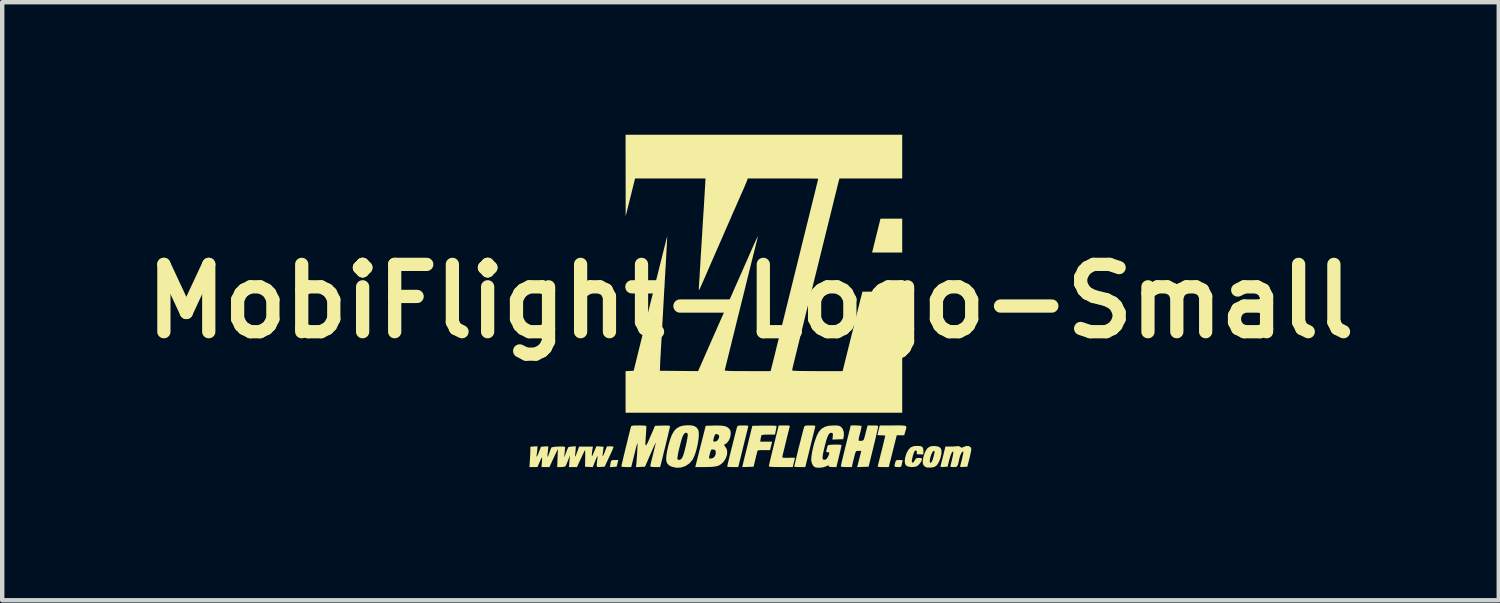
<source format=kicad_pcb>
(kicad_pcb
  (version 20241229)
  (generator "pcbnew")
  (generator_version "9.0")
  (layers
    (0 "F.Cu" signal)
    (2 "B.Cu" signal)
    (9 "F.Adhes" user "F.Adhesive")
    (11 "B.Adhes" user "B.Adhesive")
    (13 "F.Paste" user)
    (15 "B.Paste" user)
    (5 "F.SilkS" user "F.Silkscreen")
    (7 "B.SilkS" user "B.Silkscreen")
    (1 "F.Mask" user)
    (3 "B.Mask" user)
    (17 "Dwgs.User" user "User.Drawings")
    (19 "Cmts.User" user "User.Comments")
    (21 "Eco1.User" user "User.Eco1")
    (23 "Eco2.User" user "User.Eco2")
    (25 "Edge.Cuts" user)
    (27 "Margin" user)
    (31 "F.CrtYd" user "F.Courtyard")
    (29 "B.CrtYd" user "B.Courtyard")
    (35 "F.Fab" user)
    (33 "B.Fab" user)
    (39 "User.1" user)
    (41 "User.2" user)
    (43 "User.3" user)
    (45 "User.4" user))
  (footprint "MobiFlight-Logo-Small"
    (layer "F.Cu")
    (at 13.941 3.77)
    (property "Reference" "MobiFlight-Logo-Small" (at 0 0 0) (layer "F.SilkS") (effects (font (size 1.524 1.524) (thickness 0.3))))
    (attr board_only exclude_from_pos_files exclude_from_bom)
    (fp_poly (pts (xy 3.435 -1.102) (xy 2.753 -1.102) (xy 2.848 -1.486) (xy 2.943 -1.869) (xy 3.435 -1.869)) (stroke (width 0) (type solid)) (fill yes) (layer "F.SilkS"))
    (fp_poly (pts (xy -3.011 3.67) (xy -3.031 3.746) (xy -3.107 3.751) (xy -3.183 3.756) (xy -3.173 3.689) (xy -3.163 3.636) (xy -3.149 3.608) (xy -3.123 3.597) (xy -3.076 3.594) (xy -3.069 3.594) (xy -2.992 3.594)) (stroke (width 0) (type solid)) (fill yes) (layer "F.SilkS"))
    (fp_poly (pts (xy 3.42 3.596) (xy 3.442 3.602) (xy 3.446 3.614) (xy 3.443 3.622) (xy 3.432 3.658) (xy 3.423 3.702) (xy 3.416 3.733) (xy 3.402 3.749) (xy 3.372 3.754) (xy 3.337 3.754) (xy 3.283 3.75) (xy 3.26 3.738) (xy 3.259 3.734) (xy 3.263 3.707) (xy 3.273 3.664) (xy 3.276 3.654) (xy 3.287 3.619) (xy 3.302 3.601) (xy 3.331 3.595) (xy 3.373 3.594)) (stroke (width 0) (type solid)) (fill yes) (layer "F.SilkS"))
    (fp_poly (pts (xy -0.104 2.812) (xy -0.069 2.816) (xy -0.053 2.823) (xy -0.051 2.836) (xy -0.051 2.84) (xy -0.057 2.862) (xy -0.069 2.911) (xy -0.087 2.983) (xy -0.109 3.073) (xy -0.135 3.177) (xy -0.163 3.291) (xy -0.168 3.311) (xy -0.277 3.754) (xy -0.402 3.754) (xy -0.461 3.753) (xy -0.505 3.75) (xy -0.526 3.745) (xy -0.527 3.744) (xy -0.523 3.723) (xy -0.513 3.677) (xy -0.497 3.61) (xy -0.477 3.526) (xy -0.453 3.431) (xy -0.428 3.329) (xy -0.402 3.226) (xy -0.377 3.126) (xy -0.354 3.034) (xy -0.333 2.956) (xy -0.317 2.895) (xy -0.307 2.857) (xy -0.303 2.848) (xy -0.293 2.829) (xy -0.275 2.818) (xy -0.243 2.813) (xy -0.19 2.812) (xy -0.166 2.812)) (stroke (width 0) (type solid)) (fill yes) (layer "F.SilkS"))
    (fp_poly (pts (xy 1.413 2.812) (xy 1.448 2.815) (xy 1.464 2.822) (xy 1.467 2.835) (xy 1.464 2.848) (xy 1.458 2.872) (xy 1.446 2.923) (xy 1.428 2.997) (xy 1.405 3.088) (xy 1.379 3.193) (xy 1.351 3.307) (xy 1.348 3.319) (xy 1.241 3.754) (xy 1.116 3.754) (xy 1.057 3.753) (xy 1.013 3.75) (xy 0.991 3.745) (xy 0.99 3.744) (xy 0.994 3.724) (xy 1.005 3.678) (xy 1.021 3.61) (xy 1.041 3.527) (xy 1.064 3.432) (xy 1.089 3.33) (xy 1.115 3.227) (xy 1.14 3.127) (xy 1.164 3.035) (xy 1.184 2.956) (xy 1.2 2.895) (xy 1.211 2.857) (xy 1.214 2.848) (xy 1.225 2.829) (xy 1.242 2.818) (xy 1.274 2.813) (xy 1.328 2.812) (xy 1.351 2.812)) (stroke (width 0) (type solid)) (fill yes) (layer "F.SilkS"))
    (fp_poly (pts (xy 0.484 2.815) (xy 0.544 2.818) (xy 0.581 2.821) (xy 0.591 2.825) (xy 0.588 2.847) (xy 0.581 2.889) (xy 0.573 2.929) (xy 0.555 3.019) (xy 0.406 3.019) (xy 0.34 3.021) (xy 0.288 3.024) (xy 0.255 3.03) (xy 0.249 3.033) (xy 0.242 3.056) (xy 0.233 3.097) (xy 0.23 3.113) (xy 0.22 3.179) (xy 0.49 3.179) (xy 0.443 3.371) (xy 0.302 3.371) (xy 0.234 3.371) (xy 0.192 3.373) (xy 0.169 3.379) (xy 0.157 3.391) (xy 0.151 3.411) (xy 0.15 3.415) (xy 0.142 3.45) (xy 0.128 3.506) (xy 0.112 3.573) (xy 0.105 3.602) (xy 0.07 3.746) (xy -0.059 3.751) (xy -0.187 3.755) (xy -0.158 3.631) (xy -0.145 3.577) (xy -0.126 3.5) (xy -0.102 3.405) (xy -0.076 3.299) (xy -0.049 3.19) (xy -0.043 3.163) (xy 0.042 2.82) (xy 0.317 2.815) (xy 0.406 2.815)) (stroke (width 0) (type solid)) (fill yes) (layer "F.SilkS"))
    (fp_poly (pts (xy 4.189 3.279) (xy 4.259 3.293) (xy 4.303 3.322) (xy 4.323 3.37) (xy 4.323 3.441) (xy 4.323 3.448) (xy 4.305 3.535) (xy 4.275 3.619) (xy 4.237 3.689) (xy 4.208 3.723) (xy 4.166 3.75) (xy 4.107 3.763) (xy 4.086 3.764) (xy 4.033 3.765) (xy 3.992 3.763) (xy 3.978 3.76) (xy 3.93 3.729) (xy 3.904 3.684) (xy 3.899 3.622) (xy 4.058 3.622) (xy 4.064 3.654) (xy 4.079 3.659) (xy 4.099 3.641) (xy 4.119 3.603) (xy 4.128 3.577) (xy 4.145 3.518) (xy 4.159 3.46) (xy 4.163 3.44) (xy 4.168 3.403) (xy 4.161 3.389) (xy 4.144 3.389) (xy 4.125 3.407) (xy 4.104 3.446) (xy 4.083 3.5) (xy 4.067 3.557) (xy 4.058 3.61) (xy 4.058 3.622) (xy 3.899 3.622) (xy 3.899 3.619) (xy 3.913 3.534) (xy 3.923 3.497) (xy 3.958 3.403) (xy 3.999 3.336) (xy 4.049 3.296) (xy 4.114 3.278)) (stroke (width 0) (type solid)) (fill yes) (layer "F.SilkS"))
    (fp_poly (pts (xy 3.418 2.812) (xy 3.473 2.815) (xy 3.508 2.823) (xy 3.525 2.837) (xy 3.529 2.86) (xy 3.522 2.892) (xy 3.509 2.936) (xy 3.505 2.949) (xy 3.48 3.035) (xy 3.311 3.035) (xy 3.236 3.335) (xy 3.212 3.432) (xy 3.189 3.523) (xy 3.169 3.601) (xy 3.154 3.66) (xy 3.146 3.694) (xy 3.13 3.754) (xy 3.002 3.754) (xy 2.938 3.753) (xy 2.901 3.75) (xy 2.883 3.744) (xy 2.88 3.732) (xy 2.882 3.726) (xy 2.889 3.7) (xy 2.902 3.651) (xy 2.919 3.583) (xy 2.939 3.503) (xy 2.961 3.415) (xy 2.984 3.325) (xy 3.005 3.239) (xy 3.023 3.163) (xy 3.038 3.101) (xy 3.048 3.06) (xy 3.051 3.045) (xy 3.037 3.04) (xy 2.999 3.036) (xy 2.963 3.035) (xy 2.915 3.034) (xy 2.883 3.03) (xy 2.875 3.027) (xy 2.879 3.008) (xy 2.889 2.967) (xy 2.901 2.915) (xy 2.927 2.812) (xy 3.229 2.812) (xy 3.337 2.811)) (stroke (width 0) (type solid)) (fill yes) (layer "F.SilkS"))
    (fp_poly (pts (xy 3.836 3.278) (xy 3.88 3.291) (xy 3.904 3.317) (xy 3.913 3.36) (xy 3.914 3.387) (xy 3.914 3.467) (xy 3.836 3.467) (xy 3.79 3.465) (xy 3.768 3.459) (xy 3.764 3.444) (xy 3.766 3.428) (xy 3.765 3.392) (xy 3.746 3.378) (xy 3.723 3.386) (xy 3.708 3.408) (xy 3.691 3.451) (xy 3.675 3.506) (xy 3.661 3.562) (xy 3.653 3.61) (xy 3.654 3.638) (xy 3.654 3.639) (xy 3.67 3.655) (xy 3.693 3.643) (xy 3.718 3.605) (xy 3.722 3.598) (xy 3.741 3.565) (xy 3.766 3.551) (xy 3.809 3.547) (xy 3.814 3.547) (xy 3.858 3.549) (xy 3.878 3.559) (xy 3.882 3.576) (xy 3.871 3.616) (xy 3.842 3.663) (xy 3.805 3.707) (xy 3.77 3.734) (xy 3.716 3.75) (xy 3.65 3.754) (xy 3.586 3.747) (xy 3.536 3.729) (xy 3.528 3.724) (xy 3.5 3.681) (xy 3.492 3.618) (xy 3.502 3.538) (xy 3.531 3.445) (xy 3.532 3.443) (xy 3.574 3.363) (xy 3.625 3.31) (xy 3.692 3.282) (xy 3.765 3.275)) (stroke (width 0) (type solid)) (fill yes) (layer "F.SilkS"))
    (fp_poly (pts (xy 0.832 2.812) (xy 0.87 2.815) (xy 0.887 2.822) (xy 0.89 2.834) (xy 0.888 2.84) (xy 0.879 2.872) (xy 0.865 2.928) (xy 0.847 3) (xy 0.826 3.084) (xy 0.804 3.174) (xy 0.782 3.265) (xy 0.761 3.35) (xy 0.743 3.425) (xy 0.729 3.485) (xy 0.721 3.522) (xy 0.719 3.533) (xy 0.735 3.541) (xy 0.781 3.545) (xy 0.858 3.544) (xy 0.863 3.544) (xy 0.926 3.542) (xy 0.975 3.543) (xy 1.003 3.545) (xy 1.006 3.546) (xy 1.003 3.566) (xy 0.994 3.603) (xy 0.992 3.61) (xy 0.979 3.662) (xy 0.968 3.71) (xy 0.968 3.71) (xy 0.958 3.754) (xy 0.687 3.754) (xy 0.58 3.753) (xy 0.502 3.751) (xy 0.45 3.747) (xy 0.422 3.742) (xy 0.415 3.735) (xy 0.419 3.716) (xy 0.429 3.671) (xy 0.445 3.604) (xy 0.464 3.521) (xy 0.487 3.427) (xy 0.512 3.325) (xy 0.537 3.222) (xy 0.562 3.121) (xy 0.585 3.028) (xy 0.605 2.947) (xy 0.621 2.884) (xy 0.624 2.871) (xy 0.64 2.812) (xy 0.768 2.812)) (stroke (width 0) (type solid)) (fill yes) (layer "F.SilkS"))
    (fp_poly (pts (xy -1.331 2.811) (xy -1.268 2.828) (xy -1.221 2.859) (xy -1.186 2.908) (xy -1.185 2.909) (xy -1.172 2.957) (xy -1.169 3.029) (xy -1.176 3.117) (xy -1.191 3.215) (xy -1.212 3.316) (xy -1.239 3.414) (xy -1.27 3.502) (xy -1.304 3.574) (xy -1.315 3.593) (xy -1.386 3.674) (xy -1.475 3.732) (xy -1.573 3.765) (xy -1.677 3.77) (xy -1.78 3.747) (xy -1.802 3.738) (xy -1.85 3.711) (xy -1.883 3.675) (xy -1.903 3.628) (xy -1.91 3.566) (xy -1.909 3.564) (xy -1.656 3.564) (xy -1.655 3.571) (xy -1.634 3.591) (xy -1.6 3.591) (xy -1.566 3.57) (xy -1.562 3.566) (xy -1.537 3.525) (xy -1.511 3.455) (xy -1.484 3.355) (xy -1.454 3.225) (xy -1.447 3.194) (xy -1.431 3.112) (xy -1.423 3.056) (xy -1.42 3.02) (xy -1.425 2.998) (xy -1.431 2.989) (xy -1.461 2.974) (xy -1.492 2.99) (xy -1.524 3.035) (xy -1.534 3.057) (xy -1.551 3.101) (xy -1.57 3.164) (xy -1.59 3.24) (xy -1.61 3.32) (xy -1.629 3.4) (xy -1.644 3.471) (xy -1.653 3.528) (xy -1.656 3.564) (xy -1.909 3.564) (xy -1.903 3.485) (xy -1.885 3.38) (xy -1.859 3.268) (xy -1.82 3.129) (xy -1.777 3.019) (xy -1.728 2.935) (xy -1.669 2.875) (xy -1.598 2.836) (xy -1.513 2.814) (xy -1.419 2.807)) (stroke (width 0) (type solid)) (fill yes) (layer "F.SilkS"))
    (fp_poly (pts (xy 4.938 3.278) (xy 4.978 3.298) (xy 4.998 3.335) (xy 4.999 3.351) (xy 4.995 3.384) (xy 4.984 3.439) (xy 4.969 3.509) (xy 4.954 3.57) (xy 4.909 3.746) (xy 4.825 3.751) (xy 4.776 3.753) (xy 4.752 3.75) (xy 4.746 3.738) (xy 4.75 3.719) (xy 4.782 3.6) (xy 4.803 3.51) (xy 4.816 3.448) (xy 4.819 3.414) (xy 4.817 3.406) (xy 4.799 3.406) (xy 4.778 3.431) (xy 4.755 3.475) (xy 4.736 3.532) (xy 4.73 3.557) (xy 4.713 3.638) (xy 4.698 3.693) (xy 4.683 3.727) (xy 4.665 3.746) (xy 4.64 3.753) (xy 4.605 3.754) (xy 4.598 3.754) (xy 4.551 3.753) (xy 4.529 3.746) (xy 4.525 3.732) (xy 4.527 3.726) (xy 4.544 3.66) (xy 4.561 3.59) (xy 4.576 3.522) (xy 4.587 3.464) (xy 4.593 3.423) (xy 4.593 3.406) (xy 4.575 3.405) (xy 4.554 3.434) (xy 4.53 3.491) (xy 4.506 3.573) (xy 4.5 3.594) (xy 4.462 3.746) (xy 4.378 3.751) (xy 4.33 3.753) (xy 4.306 3.749) (xy 4.301 3.737) (xy 4.303 3.727) (xy 4.31 3.701) (xy 4.323 3.651) (xy 4.34 3.584) (xy 4.36 3.506) (xy 4.363 3.494) (xy 4.413 3.289) (xy 4.511 3.29) (xy 4.575 3.289) (xy 4.636 3.286) (xy 4.666 3.282) (xy 4.716 3.28) (xy 4.748 3.297) (xy 4.749 3.298) (xy 4.771 3.314) (xy 4.793 3.313) (xy 4.823 3.299) (xy 4.884 3.278)) (stroke (width 0) (type solid)) (fill yes) (layer "F.SilkS"))
    (fp_poly (pts (xy -0.654 2.817) (xy -0.586 2.827) (xy -0.535 2.845) (xy -0.497 2.871) (xy -0.493 2.876) (xy -0.462 2.913) (xy -0.449 2.955) (xy -0.447 2.996) (xy -0.459 3.078) (xy -0.49 3.152) (xy -0.536 3.211) (xy -0.593 3.246) (xy -0.594 3.247) (xy -0.596 3.26) (xy -0.578 3.286) (xy -0.57 3.295) (xy -0.537 3.349) (xy -0.526 3.418) (xy -0.536 3.494) (xy -0.566 3.57) (xy -0.614 3.64) (xy -0.644 3.669) (xy -0.685 3.701) (xy -0.729 3.724) (xy -0.783 3.739) (xy -0.851 3.748) (xy -0.941 3.753) (xy -1.036 3.754) (xy -1.249 3.754) (xy -1.239 3.71) (xy -1.232 3.683) (xy -1.219 3.63) (xy -1.2 3.555) (xy -1.199 3.55) (xy -0.938 3.55) (xy -0.931 3.56) (xy -0.914 3.562) (xy -0.897 3.562) (xy -0.847 3.549) (xy -0.815 3.519) (xy -0.788 3.463) (xy -0.786 3.419) (xy -0.793 3.381) (xy -0.81 3.364) (xy -0.842 3.358) (xy -0.876 3.357) (xy -0.894 3.371) (xy -0.907 3.406) (xy -0.909 3.414) (xy -0.927 3.482) (xy -0.937 3.526) (xy -0.938 3.55) (xy -1.199 3.55) (xy -1.177 3.462) (xy -1.15 3.357) (xy -1.122 3.243) (xy -1.121 3.243) (xy -1.101 3.162) (xy -0.843 3.162) (xy -0.834 3.177) (xy -0.81 3.179) (xy -0.769 3.168) (xy -0.747 3.151) (xy -0.723 3.114) (xy -0.711 3.08) (xy -0.709 3.045) (xy -0.729 3.023) (xy -0.732 3.021) (xy -0.768 3.006) (xy -0.793 3.01) (xy -0.812 3.037) (xy -0.829 3.089) (xy -0.838 3.127) (xy -0.843 3.162) (xy -1.101 3.162) (xy -1.014 2.82) (xy -0.863 2.815) (xy -0.745 2.813)) (stroke (width 0) (type solid)) (fill yes) (layer "F.SilkS"))
    (fp_poly (pts (xy 2.37 2.811) (xy 2.423 2.813) (xy 2.471 2.816) (xy 2.504 2.82) (xy 2.514 2.824) (xy 2.513 2.843) (xy 2.505 2.886) (xy 2.492 2.945) (xy 2.483 2.979) (xy 2.463 3.058) (xy 2.451 3.11) (xy 2.448 3.142) (xy 2.455 3.157) (xy 2.472 3.162) (xy 2.499 3.16) (xy 2.504 3.16) (xy 2.535 3.156) (xy 2.554 3.147) (xy 2.568 3.125) (xy 2.581 3.084) (xy 2.591 3.043) (xy 2.608 2.977) (xy 2.625 2.914) (xy 2.636 2.871) (xy 2.653 2.812) (xy 2.772 2.812) (xy 2.834 2.813) (xy 2.87 2.816) (xy 2.887 2.825) (xy 2.891 2.839) (xy 2.891 2.84) (xy 2.887 2.862) (xy 2.877 2.911) (xy 2.86 2.982) (xy 2.839 3.072) (xy 2.814 3.176) (xy 2.786 3.29) (xy 2.782 3.307) (xy 2.674 3.746) (xy 2.545 3.751) (xy 2.415 3.755) (xy 2.461 3.575) (xy 2.479 3.504) (xy 2.494 3.445) (xy 2.504 3.405) (xy 2.508 3.391) (xy 2.494 3.388) (xy 2.459 3.387) (xy 2.447 3.387) (xy 2.412 3.388) (xy 2.392 3.397) (xy 2.378 3.42) (xy 2.364 3.465) (xy 2.36 3.479) (xy 2.342 3.55) (xy 2.323 3.628) (xy 2.315 3.662) (xy 2.295 3.754) (xy 2.17 3.754) (xy 2.101 3.752) (xy 2.061 3.747) (xy 2.045 3.737) (xy 2.045 3.734) (xy 2.049 3.714) (xy 2.059 3.667) (xy 2.076 3.597) (xy 2.097 3.509) (xy 2.122 3.406) (xy 2.15 3.292) (xy 2.157 3.267) (xy 2.185 3.152) (xy 2.211 3.049) (xy 2.233 2.959) (xy 2.251 2.888) (xy 2.263 2.839) (xy 2.268 2.817) (xy 2.268 2.816) (xy 2.283 2.812) (xy 2.32 2.811)) (stroke (width 0) (type solid)) (fill yes) (layer "F.SilkS"))
    (fp_poly (pts (xy 1.952 2.813) (xy 1.998 2.819) (xy 2.031 2.831) (xy 2.05 2.844) (xy 2.09 2.894) (xy 2.112 2.963) (xy 2.114 3.042) (xy 2.111 3.059) (xy 2.1 3.123) (xy 1.854 3.132) (xy 1.863 3.062) (xy 1.866 3.009) (xy 1.855 2.983) (xy 1.827 2.978) (xy 1.81 2.981) (xy 1.787 2.994) (xy 1.765 3.023) (xy 1.743 3.071) (xy 1.719 3.141) (xy 1.693 3.238) (xy 1.678 3.295) (xy 1.654 3.397) (xy 1.639 3.473) (xy 1.632 3.526) (xy 1.633 3.56) (xy 1.642 3.581) (xy 1.656 3.589) (xy 1.695 3.589) (xy 1.732 3.559) (xy 1.765 3.5) (xy 1.781 3.455) (xy 1.784 3.428) (xy 1.766 3.419) (xy 1.75 3.419) (xy 1.729 3.418) (xy 1.718 3.412) (xy 1.716 3.395) (xy 1.723 3.361) (xy 1.738 3.302) (xy 1.741 3.291) (xy 1.747 3.272) (xy 1.759 3.26) (xy 1.782 3.253) (xy 1.823 3.249) (xy 1.888 3.247) (xy 1.906 3.246) (xy 1.986 3.245) (xy 2.036 3.249) (xy 2.059 3.256) (xy 2.061 3.26) (xy 2.057 3.281) (xy 2.047 3.328) (xy 2.032 3.393) (xy 2.013 3.472) (xy 2.003 3.516) (xy 1.945 3.754) (xy 1.859 3.754) (xy 1.807 3.752) (xy 1.78 3.744) (xy 1.773 3.73) (xy 1.769 3.717) (xy 1.751 3.719) (xy 1.713 3.736) (xy 1.71 3.738) (xy 1.653 3.758) (xy 1.585 3.768) (xy 1.518 3.769) (xy 1.464 3.759) (xy 1.45 3.753) (xy 1.413 3.716) (xy 1.386 3.659) (xy 1.374 3.593) (xy 1.374 3.583) (xy 1.379 3.518) (xy 1.392 3.433) (xy 1.411 3.336) (xy 1.435 3.238) (xy 1.455 3.171) (xy 1.499 3.049) (xy 1.548 2.956) (xy 1.607 2.889) (xy 1.678 2.845) (xy 1.766 2.82) (xy 1.873 2.812) (xy 1.882 2.812)) (stroke (width 0) (type solid)) (fill yes) (layer "F.SilkS"))
    (fp_poly (pts (xy -2.463 2.813) (xy -2.406 2.816) (xy -2.37 2.82) (xy -2.36 2.824) (xy -2.358 2.843) (xy -2.359 2.888) (xy -2.363 2.951) (xy -2.367 3.019) (xy -2.375 3.128) (xy -2.379 3.204) (xy -2.377 3.251) (xy -2.37 3.266) (xy -2.355 3.252) (xy -2.331 3.209) (xy -2.298 3.137) (xy -2.267 3.064) (xy -2.161 2.82) (xy -1.991 2.815) (xy -1.91 2.814) (xy -1.857 2.816) (xy -1.829 2.822) (xy -1.821 2.83) (xy -1.825 2.849) (xy -1.835 2.895) (xy -1.851 2.961) (xy -1.87 3.045) (xy -1.893 3.14) (xy -1.918 3.243) (xy -1.944 3.347) (xy -1.969 3.45) (xy -1.992 3.545) (xy -2.013 3.628) (xy -2.03 3.694) (xy -2.03 3.694) (xy -2.046 3.754) (xy -2.157 3.754) (xy -2.218 3.753) (xy -2.253 3.747) (xy -2.267 3.737) (xy -2.268 3.73) (xy -2.265 3.708) (xy -2.254 3.66) (xy -2.238 3.592) (xy -2.218 3.512) (xy -2.204 3.457) (xy -2.183 3.372) (xy -2.165 3.299) (xy -2.152 3.243) (xy -2.145 3.21) (xy -2.144 3.202) (xy -2.152 3.214) (xy -2.17 3.252) (xy -2.197 3.309) (xy -2.23 3.383) (xy -2.267 3.469) (xy -2.269 3.472) (xy -2.388 3.746) (xy -2.49 3.751) (xy -2.592 3.756) (xy -2.582 3.655) (xy -2.576 3.576) (xy -2.57 3.493) (xy -2.564 3.411) (xy -2.561 3.336) (xy -2.558 3.274) (xy -2.558 3.23) (xy -2.56 3.211) (xy -2.56 3.211) (xy -2.567 3.229) (xy -2.579 3.271) (xy -2.596 3.333) (xy -2.614 3.408) (xy -2.619 3.427) (xy -2.639 3.51) (xy -2.658 3.587) (xy -2.674 3.65) (xy -2.684 3.691) (xy -2.685 3.694) (xy -2.701 3.754) (xy -2.812 3.754) (xy -2.875 3.752) (xy -2.913 3.745) (xy -2.923 3.737) (xy -2.92 3.718) (xy -2.91 3.674) (xy -2.894 3.608) (xy -2.875 3.525) (xy -2.852 3.431) (xy -2.828 3.33) (xy -2.802 3.227) (xy -2.778 3.126) (xy -2.755 3.033) (xy -2.735 2.953) (xy -2.719 2.89) (xy -2.708 2.849) (xy -2.706 2.84) (xy -2.698 2.827) (xy -2.681 2.819) (xy -2.648 2.814) (xy -2.593 2.812) (xy -2.532 2.812)) (stroke (width 0) (type solid)) (fill yes) (layer "F.SilkS"))
    (fp_poly (pts (xy -3.407 3.288) (xy -3.325 3.294) (xy -3.332 3.348) (xy -3.339 3.404) (xy -3.346 3.461) (xy -3.349 3.497) (xy -3.344 3.506) (xy -3.331 3.486) (xy -3.31 3.438) (xy -3.292 3.392) (xy -3.251 3.287) (xy -3.175 3.285) (xy -3.131 3.287) (xy -3.104 3.294) (xy -3.1 3.299) (xy -3.106 3.318) (xy -3.124 3.361) (xy -3.151 3.422) (xy -3.184 3.495) (xy -3.201 3.53) (xy -3.302 3.746) (xy -3.392 3.751) (xy -3.443 3.753) (xy -3.47 3.75) (xy -3.48 3.738) (xy -3.481 3.714) (xy -3.481 3.711) (xy -3.478 3.669) (xy -3.472 3.612) (xy -3.468 3.583) (xy -3.463 3.538) (xy -3.463 3.511) (xy -3.466 3.506) (xy -3.475 3.522) (xy -3.493 3.561) (xy -3.515 3.615) (xy -3.522 3.633) (xy -3.57 3.755) (xy -3.658 3.751) (xy -3.746 3.746) (xy -3.742 3.546) (xy -3.741 3.464) (xy -3.742 3.411) (xy -3.744 3.382) (xy -3.749 3.374) (xy -3.757 3.385) (xy -3.758 3.387) (xy -3.772 3.417) (xy -3.796 3.469) (xy -3.827 3.534) (xy -3.853 3.59) (xy -3.928 3.754) (xy -4.109 3.754) (xy -4.099 3.622) (xy -4.089 3.491) (xy -4.131 3.602) (xy -4.154 3.66) (xy -4.174 3.706) (xy -4.188 3.733) (xy -4.189 3.734) (xy -4.214 3.746) (xy -4.261 3.753) (xy -4.291 3.754) (xy -4.376 3.754) (xy -4.36 3.347) (xy -4.392 3.411) (xy -4.413 3.454) (xy -4.442 3.516) (xy -4.475 3.586) (xy -4.488 3.614) (xy -4.551 3.754) (xy -4.731 3.754) (xy -4.722 3.63) (xy -4.718 3.574) (xy -4.718 3.542) (xy -4.723 3.536) (xy -4.736 3.557) (xy -4.758 3.605) (xy -4.783 3.662) (xy -4.823 3.754) (xy -5.005 3.754) (xy -4.995 3.608) (xy -4.99 3.53) (xy -4.986 3.454) (xy -4.984 3.391) (xy -4.984 3.378) (xy -4.984 3.294) (xy -4.904 3.288) (xy -4.824 3.283) (xy -4.825 3.339) (xy -4.829 3.392) (xy -4.837 3.452) (xy -4.839 3.462) (xy -4.845 3.506) (xy -4.842 3.52) (xy -4.83 3.505) (xy -4.809 3.46) (xy -4.786 3.405) (xy -4.743 3.294) (xy -4.662 3.288) (xy -4.616 3.286) (xy -4.585 3.286) (xy -4.578 3.287) (xy -4.578 3.303) (xy -4.581 3.343) (xy -4.587 3.398) (xy -4.588 3.405) (xy -4.594 3.461) (xy -4.596 3.504) (xy -4.595 3.525) (xy -4.595 3.526) (xy -4.587 3.515) (xy -4.572 3.482) (xy -4.554 3.432) (xy -4.554 3.432) (xy -4.535 3.377) (xy -4.518 3.334) (xy -4.508 3.312) (xy -4.489 3.304) (xy -4.448 3.297) (xy -4.393 3.292) (xy -4.333 3.29) (xy -4.275 3.289) (xy -4.228 3.291) (xy -4.2 3.297) (xy -4.196 3.301) (xy -4.198 3.323) (xy -4.202 3.367) (xy -4.207 3.424) (xy -4.208 3.427) (xy -4.217 3.538) (xy -4.176 3.427) (xy -4.154 3.371) (xy -4.136 3.328) (xy -4.125 3.305) (xy -4.124 3.304) (xy -4.103 3.297) (xy -4.062 3.291) (xy -4.034 3.289) (xy -3.954 3.284) (xy -3.958 3.347) (xy -3.963 3.409) (xy -3.97 3.471) (xy -3.97 3.475) (xy -3.973 3.508) (xy -3.969 3.516) (xy -3.958 3.499) (xy -3.939 3.453) (xy -3.913 3.383) (xy -3.88 3.291) (xy -3.567 3.291) (xy -3.58 3.367) (xy -3.588 3.421) (xy -3.592 3.469) (xy -3.592 3.483) (xy -3.592 3.502) (xy -3.59 3.51) (xy -3.584 3.503) (xy -3.572 3.479) (xy -3.552 3.432) (xy -3.526 3.371) (xy -3.488 3.283)) (stroke (width 0) (type solid)) (fill yes) (layer "F.SilkS"))
    (fp_poly (pts (xy 3.435 -2.78) (xy 2.014 -2.78) (xy 1.998 -2.72) (xy 1.991 -2.692) (xy 1.977 -2.637) (xy 1.957 -2.557) (xy 1.933 -2.457) (xy 1.903 -2.34) (xy 1.871 -2.208) (xy 1.836 -2.066) (xy 1.807 -1.949) (xy 1.768 -1.792) (xy 1.723 -1.61) (xy 1.673 -1.409) (xy 1.621 -1.197) (xy 1.567 -0.978) (xy 1.513 -0.759) (xy 1.46 -0.546) (xy 1.41 -0.346) (xy 1.4 -0.304) (xy 1.331 -0.023) (xy 1.268 0.227) (xy 1.213 0.45) (xy 1.165 0.647) (xy 1.122 0.819) (xy 1.085 0.969) (xy 1.054 1.097) (xy 1.027 1.205) (xy 1.005 1.296) (xy 0.987 1.37) (xy 0.972 1.429) (xy 0.962 1.475) (xy 0.953 1.509) (xy 0.948 1.534) (xy 0.945 1.55) (xy 0.943 1.56) (xy 0.943 1.564) (xy 0.953 1.569) (xy 0.986 1.573) (xy 1.042 1.576) (xy 1.125 1.579) (xy 1.234 1.58) (xy 1.372 1.581) (xy 1.515 1.582) (xy 2.086 1.582) (xy 2.267 0.851) (xy 2.306 0.696) (xy 2.343 0.545) (xy 2.379 0.402) (xy 2.411 0.271) (xy 2.44 0.155) (xy 2.464 0.06) (xy 2.482 -0.012) (xy 2.491 -0.048) (xy 2.535 -0.216) (xy 2.985 -0.22) (xy 3.435 -0.224) (xy 3.435 2.524) (xy -2.828 2.524) (xy -2.828 1.583) (xy -2.645 1.574) (xy -2.471 0.871) (xy -2.43 0.704) (xy -2.383 0.514) (xy -2.331 0.307) (xy -2.278 0.091) (xy -2.223 -0.127) (xy -2.17 -0.34) (xy -2.12 -0.54) (xy -2.091 -0.655) (xy -1.885 -1.478) (xy -1.893 -1.302) (xy -1.897 -1.234) (xy -1.902 -1.142) (xy -1.908 -1.032) (xy -1.914 -0.912) (xy -1.921 -0.79) (xy -1.925 -0.735) (xy -1.931 -0.618) (xy -1.938 -0.507) (xy -1.944 -0.396) (xy -1.951 -0.282) (xy -1.958 -0.159) (xy -1.965 -0.024) (xy -1.974 0.129) (xy -1.983 0.303) (xy -1.995 0.504) (xy -1.997 0.555) (xy -2.004 0.675) (xy -2.011 0.806) (xy -2.019 0.938) (xy -2.026 1.057) (xy -2.029 1.11) (xy -2.034 1.207) (xy -2.04 1.302) (xy -2.044 1.386) (xy -2.047 1.45) (xy -2.047 1.47) (xy -2.051 1.574) (xy -1.186 1.582) (xy -1.054 1.282) (xy -1.01 1.181) (xy -0.956 1.06) (xy -0.897 0.925) (xy -0.836 0.786) (xy -0.776 0.652) (xy -0.741 0.571) (xy -0.635 0.332) (xy -0.541 0.119) (xy -0.458 -0.07) (xy -0.384 -0.237) (xy -0.319 -0.385) (xy -0.261 -0.516) (xy -0.209 -0.634) (xy -0.163 -0.739) (xy -0.12 -0.836) (xy -0.08 -0.927) (xy -0.045 -1.006) (xy 0.019 -1.152) (xy 0.072 -1.271) (xy 0.114 -1.364) (xy 0.145 -1.428) (xy 0.163 -1.464) (xy 0.17 -1.472) (xy 0.168 -1.464) (xy 0.162 -1.443) (xy 0.15 -1.393) (xy 0.131 -1.318) (xy 0.107 -1.221) (xy 0.078 -1.103) (xy 0.044 -0.969) (xy 0.007 -0.82) (xy -0.033 -0.66) (xy -0.075 -0.49) (xy -0.118 -0.315) (xy -0.162 -0.137) (xy -0.207 0.041) (xy -0.25 0.217) (xy -0.293 0.388) (xy -0.333 0.551) (xy -0.37 0.703) (xy -0.405 0.841) (xy -0.435 0.963) (xy -0.46 1.066) (xy -0.471 1.11) (xy -0.499 1.224) (xy -0.525 1.327) (xy -0.547 1.417) (xy -0.565 1.489) (xy -0.577 1.538) (xy -0.583 1.561) (xy -0.584 1.562) (xy -0.579 1.567) (xy -0.56 1.572) (xy -0.523 1.575) (xy -0.466 1.578) (xy -0.386 1.58) (xy -0.281 1.581) (xy -0.148 1.581) (xy -0.067 1.582) (xy 0.456 1.582) (xy 0.483 1.474) (xy 0.492 1.439) (xy 0.508 1.376) (xy 0.53 1.288) (xy 0.557 1.179) (xy 0.588 1.051) (xy 0.624 0.907) (xy 0.663 0.751) (xy 0.703 0.586) (xy 0.742 0.431) (xy 0.83 0.072) (xy 0.915 -0.271) (xy 0.996 -0.598) (xy 1.072 -0.906) (xy 1.143 -1.193) (xy 1.209 -1.459) (xy 1.269 -1.702) (xy 1.323 -1.919) (xy 1.37 -2.11) (xy 1.41 -2.273) (xy 1.439 -2.386) (xy 1.465 -2.492) (xy 1.488 -2.586) (xy 1.508 -2.666) (xy 1.523 -2.727) (xy 1.531 -2.764) (xy 1.534 -2.773) (xy 1.518 -2.775) (xy 1.474 -2.776) (xy 1.403 -2.777) (xy 1.31 -2.778) (xy 1.197 -2.778) (xy 1.067 -2.779) (xy 0.924 -2.779) (xy 0.769 -2.78) (xy 0.736 -2.78) (xy -0.062 -2.78) (xy -0.073 -2.744) (xy -0.083 -2.718) (xy -0.104 -2.668) (xy -0.132 -2.602) (xy -0.165 -2.525) (xy -0.179 -2.493) (xy -0.219 -2.404) (xy -0.259 -2.313) (xy -0.295 -2.231) (xy -0.323 -2.166) (xy -0.327 -2.157) (xy -0.343 -2.12) (xy -0.371 -2.058) (xy -0.408 -1.973) (xy -0.453 -1.869) (xy -0.506 -1.749) (xy -0.564 -1.616) (xy -0.626 -1.474) (xy -0.69 -1.327) (xy -0.756 -1.177) (xy -0.821 -1.027) (xy -0.885 -0.882) (xy -0.945 -0.744) (xy -1 -0.617) (xy -1.049 -0.504) (xy -1.074 -0.447) (xy -1.106 -0.376) (xy -1.133 -0.316) (xy -1.153 -0.273) (xy -1.164 -0.252) (xy -1.165 -0.252) (xy -1.168 -0.262) (xy -1.169 -0.297) (xy -1.167 -0.352) (xy -1.164 -0.396) (xy -1.159 -0.464) (xy -1.153 -0.555) (xy -1.147 -0.661) (xy -1.14 -0.771) (xy -1.135 -0.855) (xy -1.127 -0.999) (xy -1.118 -1.142) (xy -1.109 -1.289) (xy -1.099 -1.446) (xy -1.089 -1.618) (xy -1.077 -1.812) (xy -1.063 -2.029) (xy -1.055 -2.149) (xy -1.048 -2.271) (xy -1.041 -2.388) (xy -1.035 -2.491) (xy -1.03 -2.572) (xy -1.029 -2.592) (xy -1.018 -2.78) (xy -2.613 -2.78) (xy -2.826 -1.925) (xy -2.827 -2.848) (xy -2.828 -3.77) (xy 3.435 -3.77)) (stroke (width 0) (type solid)) (fill yes) (layer "F.SilkS")))
  (gr_rect
    (start -3 -3)
    (end 30.882 10.54)
    (stroke (width 0.1) (type default))
    (fill no)
    (layer "Edge.Cuts")))
</source>
